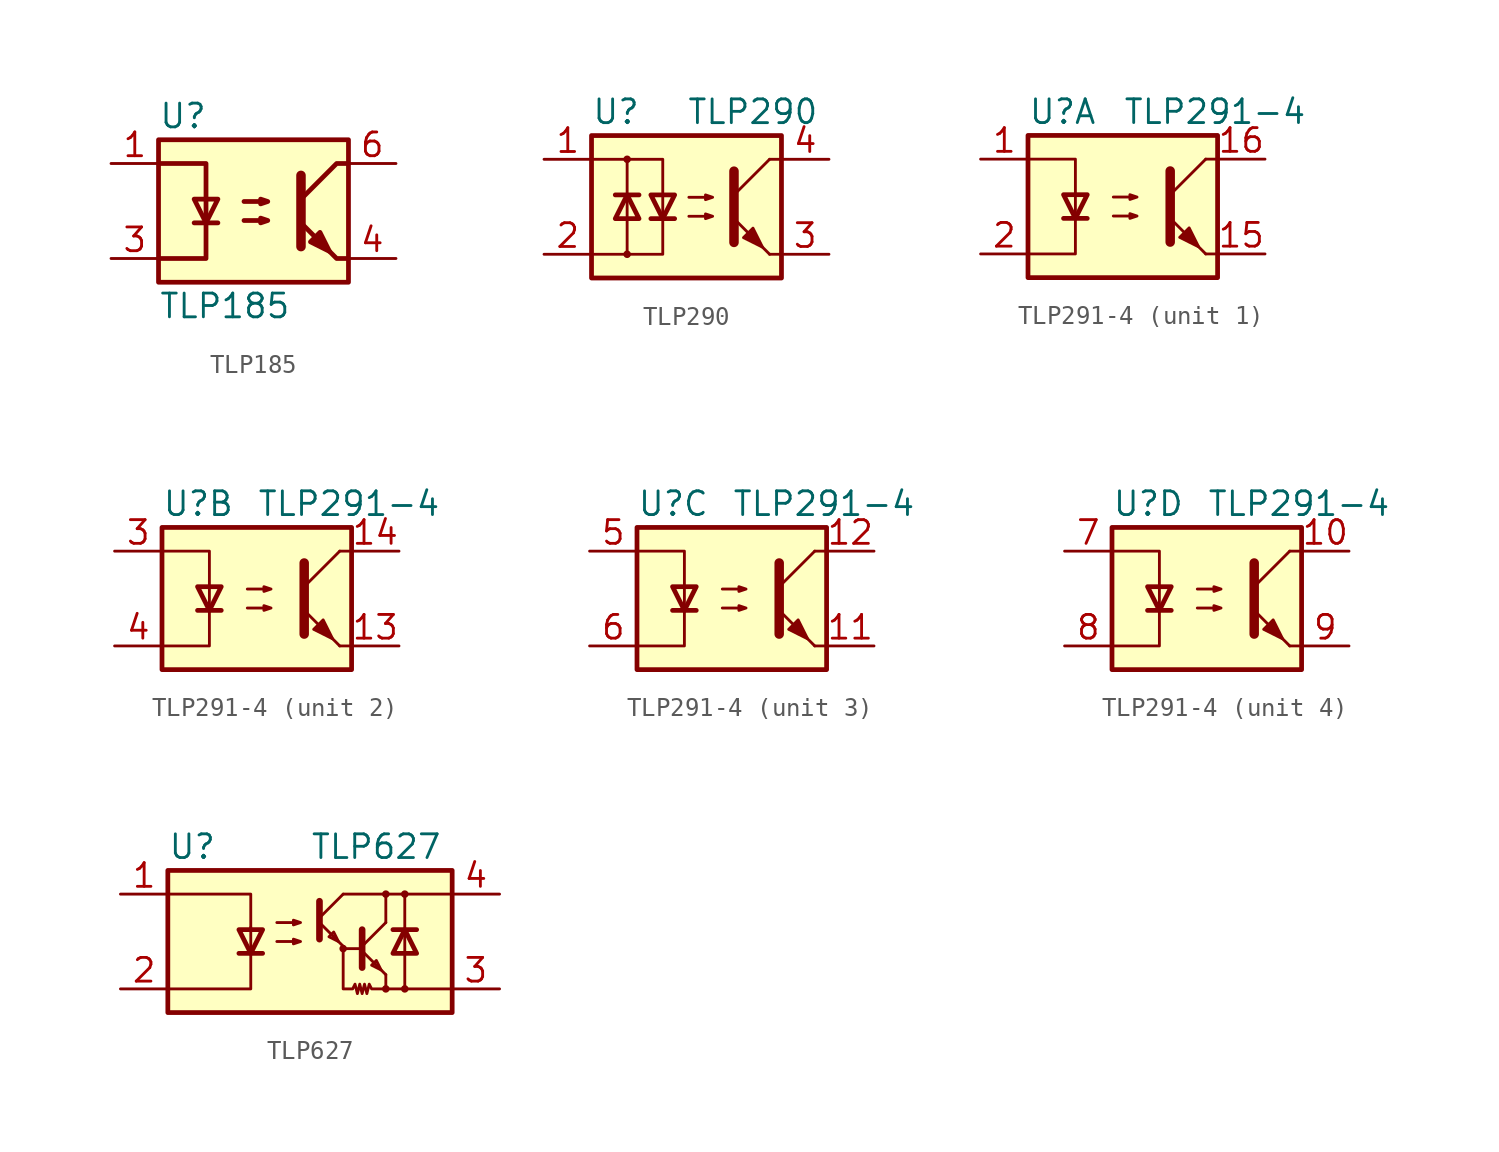
<source format=kicad_sym>
(kicad_symbol_lib
  (version 20220914)
  (generator kicad_symbol_editor)
  (symbol "TLP185"
    (property "Reference" "U"
      (at -5.08 5.08 0)
      (effects (font (size 1.27 1.27)) (justify left)))
    (property "Value" "TLP185"
      (at -5.08 -5.08 0)
      (effects (font (size 1.27 1.27)) (justify left)))
    (symbol "TLP185_0_1"
      (rectangle (start -5.08 3.81) (end 5.08 -3.81) (stroke (width 0.254) (type default)) (fill (type background)))
      (polyline (pts (xy -3.175 -0.635) (xy -1.905 -0.635)) (stroke (width 0.254) (type default)) (fill (type none)))
      (polyline (pts (xy 2.54 1.905) (xy 2.54 -1.905) (xy 2.54 -1.905)) (stroke (width 0.508) (type default)) (fill (type none)))
      (polyline (pts (xy 5.08 -2.54) (xy 4.445 -2.54) (xy 2.54 -0.635)) (stroke (width 0.254) (type default)) (fill (type none)))
      (polyline (pts (xy 5.08 2.54) (xy 4.445 2.54) (xy 2.54 0.635)) (stroke (width 0.254) (type default)) (fill (type none)))
      (polyline (pts (xy -5.08 -2.54) (xy -2.54 -2.54) (xy -2.54 2.54) (xy -5.08 2.54)) (stroke (width 0.254) (type default)) (fill (type none)))
      (polyline (pts (xy -2.54 -0.635) (xy -3.175 0.635) (xy -1.905 0.635) (xy -2.54 -0.635)) (stroke (width 0.254) (type default)) (fill (type none)))
      (polyline (pts (xy -0.508 -0.508) (xy 0.762 -0.508) (xy 0.381 -0.635) (xy 0.381 -0.381) (xy 0.762 -0.508)) (stroke (width 0.254) (type default)) (fill (type none)))
      (polyline (pts (xy -0.508 0.508) (xy 0.762 0.508) (xy 0.381 0.381) (xy 0.381 0.635) (xy 0.762 0.508)) (stroke (width 0.254) (type default)) (fill (type none)))
      (polyline (pts (xy 3.048 -1.651) (xy 3.556 -1.143) (xy 4.064 -2.159) (xy 3.048 -1.651) (xy 3.048 -1.651)) (stroke (width 0.254) (type default)) (fill (type outline))))
    (symbol "TLP185_1_1"
      (pin passive line (at -7.62 2.54 0) (length 2.54) (name "~" (effects (font (size 1.27 1.27)))) (number "1" (effects (font (size 1.27 1.27)))))
      (pin passive line (at -7.62 -2.54 0) (length 2.54) (name "~" (effects (font (size 1.27 1.27)))) (number "3" (effects (font (size 1.27 1.27)))))
      (pin passive line (at 7.62 -2.54 180) (length 2.54) (name "~" (effects (font (size 1.27 1.27)))) (number "4" (effects (font (size 1.27 1.27)))))
      (pin passive line (at 7.62 2.54 180) (length 2.54) (name "~" (effects (font (size 1.27 1.27)))) (number "6" (effects (font (size 1.27 1.27)))))))
  (symbol "TLP290"
    (pin_names
      (offset 1.016))
    (property "Reference" "U"
      (at -5.08 5.08 0)
      (effects (font (size 1.27 1.27)) (justify left)))
    (property "Value" "TLP290"
      (at 0 5.08 0)
      (effects (font (size 1.27 1.27)) (justify left)))
    (symbol "TLP290_0_1"
      (rectangle (start -5.08 3.81) (end 5.08 -3.81) (stroke (width 0.254) (type default)) (fill (type background)))
      (circle (center -3.175 -2.54) (radius 0.127) (stroke (width 0) (type default)) (fill (type none)))
      (circle (center -3.175 2.54) (radius 0.127) (stroke (width 0) (type default)) (fill (type none)))
      (polyline (pts (xy -3.81 0.635) (xy -2.54 0.635)) (stroke (width 0.254) (type default)) (fill (type none)))
      (polyline (pts (xy -3.175 -0.635) (xy -3.175 -2.54)) (stroke (width 0) (type default)) (fill (type none)))
      (polyline (pts (xy -3.175 -0.635) (xy -3.175 2.54)) (stroke (width 0) (type default)) (fill (type none)))
      (polyline (pts (xy -1.905 -0.635) (xy -0.635 -0.635)) (stroke (width 0.254) (type default)) (fill (type none)))
      (polyline (pts (xy 2.54 0.635) (xy 4.445 2.54)) (stroke (width 0) (type default)) (fill (type none)))
      (polyline (pts (xy 4.445 -2.54) (xy 2.54 -0.635)) (stroke (width 0) (type default)) (fill (type outline)))
      (polyline (pts (xy 4.445 -2.54) (xy 5.08 -2.54)) (stroke (width 0) (type default)) (fill (type none)))
      (polyline (pts (xy 4.445 2.54) (xy 5.08 2.54)) (stroke (width 0) (type default)) (fill (type none)))
      (polyline (pts (xy -5.08 2.54) (xy -1.27 2.54) (xy -1.27 -0.635)) (stroke (width 0) (type default)) (fill (type none)))
      (polyline (pts (xy -1.27 -0.635) (xy -1.27 -2.54) (xy -5.08 -2.54)) (stroke (width 0) (type default)) (fill (type none)))
      (polyline (pts (xy 2.54 1.905) (xy 2.54 -1.905) (xy 2.54 -1.905)) (stroke (width 0.508) (type default)) (fill (type none)))
      (polyline (pts (xy -3.175 0.635) (xy -3.81 -0.635) (xy -2.54 -0.635) (xy -3.175 0.635)) (stroke (width 0.254) (type default)) (fill (type none)))
      (polyline (pts (xy -1.27 -0.635) (xy -1.905 0.635) (xy -0.635 0.635) (xy -1.27 -0.635)) (stroke (width 0.254) (type default)) (fill (type none)))
      (polyline (pts (xy 0.127 -0.508) (xy 1.397 -0.508) (xy 1.016 -0.635) (xy 1.016 -0.381) (xy 1.397 -0.508)) (stroke (width 0) (type default)) (fill (type none)))
      (polyline (pts (xy 0.127 0.508) (xy 1.397 0.508) (xy 1.016 0.381) (xy 1.016 0.635) (xy 1.397 0.508)) (stroke (width 0) (type default)) (fill (type none)))
      (polyline (pts (xy 3.048 -1.651) (xy 3.556 -1.143) (xy 4.064 -2.159) (xy 3.048 -1.651) (xy 3.048 -1.651)) (stroke (width 0) (type default)) (fill (type outline))))
    (symbol "TLP290_1_1"
      (pin passive line (at -7.62 2.54 0) (length 2.54) (name "~" (effects (font (size 1.27 1.27)))) (number "1" (effects (font (size 1.27 1.27)))))
      (pin passive line (at -7.62 -2.54 0) (length 2.54) (name "~" (effects (font (size 1.27 1.27)))) (number "2" (effects (font (size 1.27 1.27)))))
      (pin passive line (at 7.62 -2.54 180) (length 2.54) (name "~" (effects (font (size 1.27 1.27)))) (number "3" (effects (font (size 1.27 1.27)))))
      (pin passive line (at 7.62 2.54 180) (length 2.54) (name "~" (effects (font (size 1.27 1.27)))) (number "4" (effects (font (size 1.27 1.27)))))))
  (symbol "TLP291-4"
    (property "Reference" "U"
      (at -5.08 5.08 0)
      (effects (font (size 1.27 1.27)) (justify left)))
    (property "Value" "TLP291-4"
      (at 0 5.08 0)
      (effects (font (size 1.27 1.27)) (justify left)))
    (symbol "TLP291-4_0_1"
      (rectangle (start -5.08 3.81) (end 5.08 -3.81) (stroke (width 0.254) (type default)) (fill (type background)))
      (polyline (pts (xy -3.175 -0.635) (xy -1.905 -0.635)) (stroke (width 0.254) (type default)) (fill (type none)))
      (polyline (pts (xy 2.54 0.635) (xy 4.445 2.54)) (stroke (width 0) (type default)) (fill (type none)))
      (polyline (pts (xy 4.445 -2.54) (xy 2.54 -0.635)) (stroke (width 0) (type default)) (fill (type outline)))
      (polyline (pts (xy 4.445 -2.54) (xy 5.08 -2.54)) (stroke (width 0) (type default)) (fill (type none)))
      (polyline (pts (xy 4.445 2.54) (xy 5.08 2.54)) (stroke (width 0) (type default)) (fill (type none)))
      (polyline (pts (xy -5.08 2.54) (xy -2.54 2.54) (xy -2.54 0.635)) (stroke (width 0) (type default)) (fill (type none)))
      (polyline (pts (xy -2.54 0.635) (xy -2.54 -2.54) (xy -5.08 -2.54)) (stroke (width 0) (type default)) (fill (type none)))
      (polyline (pts (xy 2.54 1.905) (xy 2.54 -1.905) (xy 2.54 -1.905)) (stroke (width 0.508) (type default)) (fill (type none)))
      (polyline (pts (xy -2.54 -0.635) (xy -3.175 0.635) (xy -1.905 0.635) (xy -2.54 -0.635)) (stroke (width 0.254) (type default)) (fill (type none)))
      (polyline (pts (xy -0.508 -0.508) (xy 0.762 -0.508) (xy 0.381 -0.635) (xy 0.381 -0.381) (xy 0.762 -0.508)) (stroke (width 0) (type default)) (fill (type none)))
      (polyline (pts (xy -0.508 0.508) (xy 0.762 0.508) (xy 0.381 0.381) (xy 0.381 0.635) (xy 0.762 0.508)) (stroke (width 0) (type default)) (fill (type none)))
      (polyline (pts (xy 3.048 -1.651) (xy 3.556 -1.143) (xy 4.064 -2.159) (xy 3.048 -1.651) (xy 3.048 -1.651)) (stroke (width 0) (type default)) (fill (type outline))))
    (symbol "TLP291-4_1_1"
      (pin passive line (at -7.62 2.54 0) (length 2.54) (name "~" (effects (font (size 1.27 1.27)))) (number "1" (effects (font (size 1.27 1.27)))))
      (pin passive line (at 7.62 -2.54 180) (length 2.54) (name "~" (effects (font (size 1.27 1.27)))) (number "15" (effects (font (size 1.27 1.27)))))
      (pin passive line (at 7.62 2.54 180) (length 2.54) (name "~" (effects (font (size 1.27 1.27)))) (number "16" (effects (font (size 1.27 1.27)))))
      (pin passive line (at -7.62 -2.54 0) (length 2.54) (name "~" (effects (font (size 1.27 1.27)))) (number "2" (effects (font (size 1.27 1.27))))))
    (symbol "TLP291-4_2_1"
      (pin passive line (at 7.62 -2.54 180) (length 2.54) (name "~" (effects (font (size 1.27 1.27)))) (number "13" (effects (font (size 1.27 1.27)))))
      (pin passive line (at 7.62 2.54 180) (length 2.54) (name "~" (effects (font (size 1.27 1.27)))) (number "14" (effects (font (size 1.27 1.27)))))
      (pin passive line (at -7.62 2.54 0) (length 2.54) (name "~" (effects (font (size 1.27 1.27)))) (number "3" (effects (font (size 1.27 1.27)))))
      (pin passive line (at -7.62 -2.54 0) (length 2.54) (name "~" (effects (font (size 1.27 1.27)))) (number "4" (effects (font (size 1.27 1.27))))))
    (symbol "TLP291-4_3_1"
      (pin passive line (at 7.62 -2.54 180) (length 2.54) (name "~" (effects (font (size 1.27 1.27)))) (number "11" (effects (font (size 1.27 1.27)))))
      (pin passive line (at 7.62 2.54 180) (length 2.54) (name "~" (effects (font (size 1.27 1.27)))) (number "12" (effects (font (size 1.27 1.27)))))
      (pin passive line (at -7.62 2.54 0) (length 2.54) (name "~" (effects (font (size 1.27 1.27)))) (number "5" (effects (font (size 1.27 1.27)))))
      (pin passive line (at -7.62 -2.54 0) (length 2.54) (name "~" (effects (font (size 1.27 1.27)))) (number "6" (effects (font (size 1.27 1.27))))))
    (symbol "TLP291-4_4_1"
      (pin passive line (at 7.62 2.54 180) (length 2.54) (name "~" (effects (font (size 1.27 1.27)))) (number "10" (effects (font (size 1.27 1.27)))))
      (pin passive line (at -7.62 2.54 0) (length 2.54) (name "~" (effects (font (size 1.27 1.27)))) (number "7" (effects (font (size 1.27 1.27)))))
      (pin passive line (at -7.62 -2.54 0) (length 2.54) (name "~" (effects (font (size 1.27 1.27)))) (number "8" (effects (font (size 1.27 1.27)))))
      (pin passive line (at 7.62 -2.54 180) (length 2.54) (name "~" (effects (font (size 1.27 1.27)))) (number "9" (effects (font (size 1.27 1.27)))))))
  (symbol "TLP627"
    (pin_names
      (offset 1.016))
    (property "Reference" "U"
      (at -7.62 5.08 0)
      (effects (font (size 1.27 1.27)) (justify left)))
    (property "Value" "TLP627"
      (at 0 5.08 0)
      (effects (font (size 1.27 1.27)) (justify left)))
    (symbol "TLP627_0_1"
      (rectangle (start -7.62 3.81) (end 7.62 -3.81) (stroke (width 0.254) (type default)) (fill (type background)))
      (polyline (pts (xy -3.81 -0.635) (xy -2.54 -0.635)) (stroke (width 0.254) (type default)) (fill (type none)))
      (polyline (pts (xy 0.508 1.016) (xy 1.778 -0.254)) (stroke (width 0) (type default)) (fill (type none)))
      (polyline (pts (xy 0.508 1.27) (xy 1.778 2.54)) (stroke (width 0) (type default)) (fill (type none)))
      (polyline (pts (xy 0.508 2.159) (xy 0.508 0.127)) (stroke (width 0.356) (type default)) (fill (type none)))
      (polyline (pts (xy 1.778 2.54) (xy 7.62 2.54)) (stroke (width 0) (type default)) (fill (type none)))
      (polyline (pts (xy 2.794 -0.508) (xy 4.064 -1.778)) (stroke (width 0) (type default)) (fill (type none)))
      (polyline (pts (xy 2.794 -0.381) (xy 1.778 -0.381)) (stroke (width 0) (type default)) (fill (type none)))
      (polyline (pts (xy 2.794 -0.254) (xy 4.064 1.016)) (stroke (width 0) (type default)) (fill (type none)))
      (polyline (pts (xy 4.064 -2.54) (xy 7.62 -2.54)) (stroke (width 0) (type default)) (fill (type none)))
      (polyline (pts (xy 4.064 -1.778) (xy 4.064 -2.54)) (stroke (width 0) (type default)) (fill (type none)))
      (polyline (pts (xy 4.064 1.016) (xy 4.064 2.54)) (stroke (width 0) (type default)) (fill (type none)))
      (polyline (pts (xy 4.445 0.635) (xy 5.715 0.635)) (stroke (width 0.254) (type default)) (fill (type none)))
      (polyline (pts (xy 5.08 -0.635) (xy 5.08 -2.54)) (stroke (width 0) (type default)) (fill (type none)))
      (polyline (pts (xy 5.08 -0.635) (xy 5.08 2.54)) (stroke (width 0) (type default)) (fill (type none)))
      (polyline (pts (xy -7.62 2.54) (xy -3.175 2.54) (xy -3.175 0.635)) (stroke (width 0) (type default)) (fill (type none)))
      (polyline (pts (xy -3.175 0.762) (xy -3.175 -2.54) (xy -7.62 -2.54)) (stroke (width 0) (type default)) (fill (type none)))
      (polyline (pts (xy 2.794 0.635) (xy 2.794 -1.397) (xy 2.794 -1.397)) (stroke (width 0.356) (type default)) (fill (type none)))
      (polyline (pts (xy -3.175 -0.635) (xy -3.81 0.635) (xy -2.54 0.635) (xy -3.175 -0.635)) (stroke (width 0.254) (type default)) (fill (type none)))
      (polyline (pts (xy 1.524 0) (xy 1.27 0.508) (xy 1.016 0.254) (xy 1.524 0)) (stroke (width 0) (type default)) (fill (type none)))
      (polyline (pts (xy 3.81 -1.524) (xy 3.556 -1.016) (xy 3.302 -1.27) (xy 3.81 -1.524)) (stroke (width 0) (type default)) (fill (type none)))
      (polyline (pts (xy 5.08 0.635) (xy 4.445 -0.635) (xy 5.715 -0.635) (xy 5.08 0.635)) (stroke (width 0.254) (type default)) (fill (type none)))
      (polyline (pts (xy -1.778 0) (xy -0.508 0) (xy -0.889 -0.127) (xy -0.889 0.127) (xy -0.508 0)) (stroke (width 0) (type default)) (fill (type none)))
      (polyline (pts (xy -1.778 1.016) (xy -0.508 1.016) (xy -0.889 0.889) (xy -0.889 1.143) (xy -0.508 1.016)) (stroke (width 0) (type default)) (fill (type none)))
      (polyline (pts (xy 1.778 -0.254) (xy 1.778 -2.54) (xy 2.286 -2.54) (xy 2.413 -2.286) (xy 2.54 -2.794) (xy 2.667 -2.286) (xy 2.794 -2.794) (xy 2.921 -2.286) (xy 3.048 -2.794) (xy 3.175 -2.286) (xy 3.302 -2.54) (xy 4.064 -2.54)) (stroke (width 0) (type default)) (fill (type none)))
      (circle (center 1.778 -0.381) (radius 0.127) (stroke (width 0) (type default)) (fill (type none)))
      (circle (center 4.064 -2.54) (radius 0.127) (stroke (width 0) (type default)) (fill (type none)))
      (circle (center 4.064 2.54) (radius 0.127) (stroke (width 0) (type default)) (fill (type none)))
      (circle (center 5.08 -2.54) (radius 0.127) (stroke (width 0) (type default)) (fill (type none)))
      (circle (center 5.08 2.54) (radius 0.127) (stroke (width 0) (type default)) (fill (type none))))
    (symbol "TLP627_1_1"
      (pin passive line (at -10.16 2.54 0) (length 2.54) (name "~" (effects (font (size 1.27 1.27)))) (number "1" (effects (font (size 1.27 1.27)))))
      (pin passive line (at -10.16 -2.54 0) (length 2.54) (name "~" (effects (font (size 1.27 1.27)))) (number "2" (effects (font (size 1.27 1.27)))))
      (pin passive line (at 10.16 -2.54 180) (length 2.54) (name "~" (effects (font (size 1.27 1.27)))) (number "3" (effects (font (size 1.27 1.27)))))
      (pin passive line (at 10.16 2.54 180) (length 2.54) (name "~" (effects (font (size 1.27 1.27)))) (number "4" (effects (font (size 1.27 1.27))))))))
</source>
